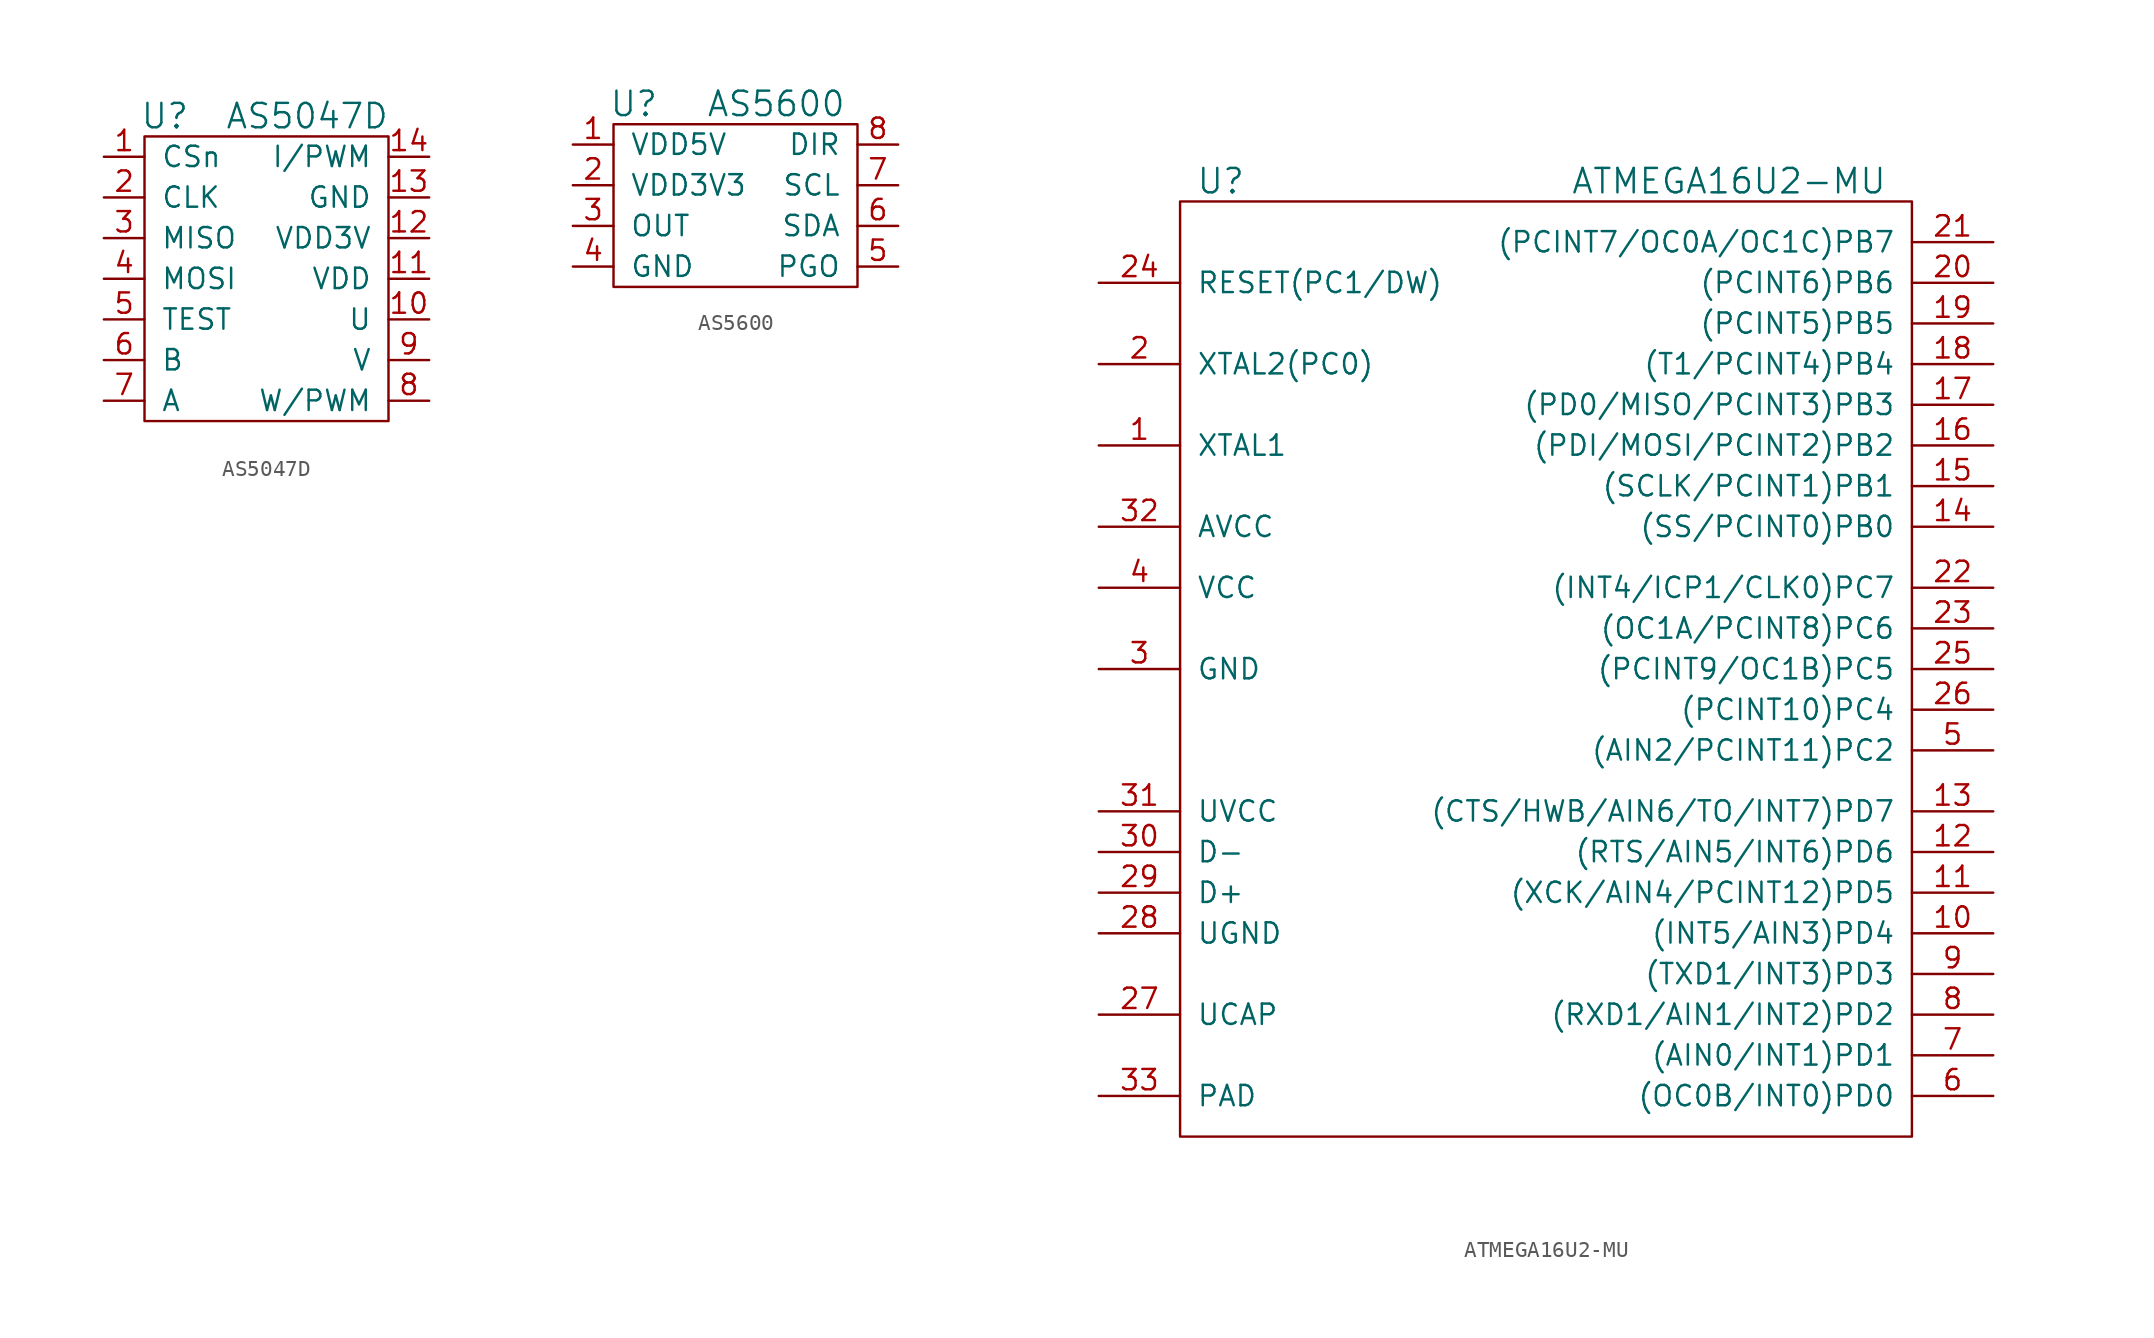
<source format=kicad_sym>
(kicad_symbol_lib
  (version 20220914)
  (generator kicad_symbol_editor)
  (symbol "AS5047D"
    (pin_names
      (offset 1.016))
    (property "Reference" "U"
      (at -6.35 10.16 0)
      (effects (font (size 1.524 1.524))))
    (property "Value" "AS5047D"
      (at 2.54 10.16 0)
      (effects (font (size 1.524 1.524))))
    (property "Footprint" ""
      (at 0 -1.27 0)
      (effects (font (size 1.524 1.524))))
    (property "Datasheet" ""
      (at 0 -1.27 0)
      (effects (font (size 1.524 1.524))))
    (symbol "AS5047D_0_1"
      (rectangle (start -7.62 8.89) (end 7.62 -8.89) (stroke (width 0) (type default)) (fill (type none))))
    (symbol "AS5047D_1_1"
      (pin input line (at -10.16 7.62 0) (length 2.54) (name "CSn" (effects (font (size 1.27 1.27)))) (number "1" (effects (font (size 1.27 1.27)))))
      (pin input line (at 10.16 -2.54 180) (length 2.54) (name "U" (effects (font (size 1.27 1.27)))) (number "10" (effects (font (size 1.27 1.27)))))
      (pin input line (at 10.16 0 180) (length 2.54) (name "VDD" (effects (font (size 1.27 1.27)))) (number "11" (effects (font (size 1.27 1.27)))))
      (pin input line (at 10.16 2.54 180) (length 2.54) (name "VDD3V" (effects (font (size 1.27 1.27)))) (number "12" (effects (font (size 1.27 1.27)))))
      (pin input line (at 10.16 5.08 180) (length 2.54) (name "GND" (effects (font (size 1.27 1.27)))) (number "13" (effects (font (size 1.27 1.27)))))
      (pin input line (at 10.16 7.62 180) (length 2.54) (name "I/PWM" (effects (font (size 1.27 1.27)))) (number "14" (effects (font (size 1.27 1.27)))))
      (pin input line (at -10.16 5.08 0) (length 2.54) (name "CLK" (effects (font (size 1.27 1.27)))) (number "2" (effects (font (size 1.27 1.27)))))
      (pin input line (at -10.16 2.54 0) (length 2.54) (name "MISO" (effects (font (size 1.27 1.27)))) (number "3" (effects (font (size 1.27 1.27)))))
      (pin input line (at -10.16 0 0) (length 2.54) (name "MOSI" (effects (font (size 1.27 1.27)))) (number "4" (effects (font (size 1.27 1.27)))))
      (pin input line (at -10.16 -2.54 0) (length 2.54) (name "TEST" (effects (font (size 1.27 1.27)))) (number "5" (effects (font (size 1.27 1.27)))))
      (pin input line (at -10.16 -5.08 0) (length 2.54) (name "B" (effects (font (size 1.27 1.27)))) (number "6" (effects (font (size 1.27 1.27)))))
      (pin input line (at -10.16 -7.62 0) (length 2.54) (name "A" (effects (font (size 1.27 1.27)))) (number "7" (effects (font (size 1.27 1.27)))))
      (pin input line (at 10.16 -7.62 180) (length 2.54) (name "W/PWM" (effects (font (size 1.27 1.27)))) (number "8" (effects (font (size 1.27 1.27)))))
      (pin input line (at 10.16 -5.08 180) (length 2.54) (name "V" (effects (font (size 1.27 1.27)))) (number "9" (effects (font (size 1.27 1.27)))))))
  (symbol "AS5600"
    (pin_names
      (offset 1.016))
    (property "Reference" "U"
      (at -6.35 6.35 0)
      (effects (font (size 1.524 1.524))))
    (property "Value" "AS5600"
      (at 2.54 6.35 0)
      (effects (font (size 1.524 1.524))))
    (property "Footprint" ""
      (at 0 0 0)
      (effects (font (size 1.524 1.524))))
    (property "Datasheet" ""
      (at 0 0 0)
      (effects (font (size 1.524 1.524))))
    (symbol "AS5600_0_0"
      (rectangle (start -7.62 5.08) (end 7.62 -5.08) (stroke (width 0) (type default)) (fill (type none))))
    (symbol "AS5600_1_1"
      (pin bidirectional line (at -10.16 3.81 0) (length 2.54) (name "VDD5V" (effects (font (size 1.27 1.27)))) (number "1" (effects (font (size 1.27 1.27)))))
      (pin bidirectional line (at -10.16 1.27 0) (length 2.54) (name "VDD3V3" (effects (font (size 1.27 1.27)))) (number "2" (effects (font (size 1.27 1.27)))))
      (pin bidirectional line (at -10.16 -1.27 0) (length 2.54) (name "OUT" (effects (font (size 1.27 1.27)))) (number "3" (effects (font (size 1.27 1.27)))))
      (pin bidirectional line (at -10.16 -3.81 0) (length 2.54) (name "GND" (effects (font (size 1.27 1.27)))) (number "4" (effects (font (size 1.27 1.27)))))
      (pin bidirectional line (at 10.16 -3.81 180) (length 2.54) (name "PGO" (effects (font (size 1.27 1.27)))) (number "5" (effects (font (size 1.27 1.27)))))
      (pin bidirectional line (at 10.16 -1.27 180) (length 2.54) (name "SDA" (effects (font (size 1.27 1.27)))) (number "6" (effects (font (size 1.27 1.27)))))
      (pin bidirectional line (at 10.16 1.27 180) (length 2.54) (name "SCL" (effects (font (size 1.27 1.27)))) (number "7" (effects (font (size 1.27 1.27)))))
      (pin bidirectional line (at 10.16 3.81 180) (length 2.54) (name "DIR" (effects (font (size 1.27 1.27)))) (number "8" (effects (font (size 1.27 1.27)))))))
  (symbol "ATMEGA16U2-MU"
    (pin_names
      (offset 1.016))
    (property "Reference" "U"
      (at -20.32 30.48 0)
      (effects (font (size 1.524 1.524))))
    (property "Value" "ATMEGA16U2-MU"
      (at 11.43 30.48 0)
      (effects (font (size 1.524 1.524))))
    (symbol "ATMEGA16U2-MU_0_1"
      (rectangle (start -22.86 29.21) (end 22.86 -29.21) (stroke (width 0) (type default)) (fill (type none))))
    (symbol "ATMEGA16U2-MU_1_1"
      (pin input line (at -27.94 13.97 0) (length 5.08) (name "XTAL1" (effects (font (size 1.27 1.27)))) (number "1" (effects (font (size 1.27 1.27)))))
      (pin input line (at 27.94 -16.51 180) (length 5.08) (name "(INT5/AIN3)PD4" (effects (font (size 1.27 1.27)))) (number "10" (effects (font (size 1.27 1.27)))))
      (pin input line (at 27.94 -13.97 180) (length 5.08) (name "(XCK/AIN4/PCINT12)PD5" (effects (font (size 1.27 1.27)))) (number "11" (effects (font (size 1.27 1.27)))))
      (pin input line (at 27.94 -11.43 180) (length 5.08) (name "(RTS/AIN5/INT6)PD6" (effects (font (size 1.27 1.27)))) (number "12" (effects (font (size 1.27 1.27)))))
      (pin input line (at 27.94 -8.89 180) (length 5.08) (name "(CTS/HWB/AIN6/TO/INT7)PD7" (effects (font (size 1.27 1.27)))) (number "13" (effects (font (size 1.27 1.27)))))
      (pin input line (at 27.94 8.89 180) (length 5.08) (name "(SS/PCINT0)PB0" (effects (font (size 1.27 1.27)))) (number "14" (effects (font (size 1.27 1.27)))))
      (pin input line (at 27.94 11.43 180) (length 5.08) (name "(SCLK/PCINT1)PB1" (effects (font (size 1.27 1.27)))) (number "15" (effects (font (size 1.27 1.27)))))
      (pin input line (at 27.94 13.97 180) (length 5.08) (name "(PDI/MOSI/PCINT2)PB2" (effects (font (size 1.27 1.27)))) (number "16" (effects (font (size 1.27 1.27)))))
      (pin input line (at 27.94 16.51 180) (length 5.08) (name "(PD0/MISO/PCINT3)PB3" (effects (font (size 1.27 1.27)))) (number "17" (effects (font (size 1.27 1.27)))))
      (pin input line (at 27.94 19.05 180) (length 5.08) (name "(T1/PCINT4)PB4" (effects (font (size 1.27 1.27)))) (number "18" (effects (font (size 1.27 1.27)))))
      (pin input line (at 27.94 21.59 180) (length 5.08) (name "(PCINT5)PB5" (effects (font (size 1.27 1.27)))) (number "19" (effects (font (size 1.27 1.27)))))
      (pin input line (at -27.94 19.05 0) (length 5.08) (name "XTAL2(PC0)" (effects (font (size 1.27 1.27)))) (number "2" (effects (font (size 1.27 1.27)))))
      (pin input line (at 27.94 24.13 180) (length 5.08) (name "(PCINT6)PB6" (effects (font (size 1.27 1.27)))) (number "20" (effects (font (size 1.27 1.27)))))
      (pin input line (at 27.94 26.67 180) (length 5.08) (name "(PCINT7/OC0A/OC1C)PB7" (effects (font (size 1.27 1.27)))) (number "21" (effects (font (size 1.27 1.27)))))
      (pin input line (at 27.94 5.08 180) (length 5.08) (name "(INT4/ICP1/CLK0)PC7" (effects (font (size 1.27 1.27)))) (number "22" (effects (font (size 1.27 1.27)))))
      (pin input line (at 27.94 2.54 180) (length 5.08) (name "(OC1A/PCINT8)PC6" (effects (font (size 1.27 1.27)))) (number "23" (effects (font (size 1.27 1.27)))))
      (pin input line (at -27.94 24.13 0) (length 5.08) (name "RESET(PC1/DW)" (effects (font (size 1.27 1.27)))) (number "24" (effects (font (size 1.27 1.27)))))
      (pin input line (at 27.94 0 180) (length 5.08) (name "(PCINT9/OC1B)PC5" (effects (font (size 1.27 1.27)))) (number "25" (effects (font (size 1.27 1.27)))))
      (pin input line (at 27.94 -2.54 180) (length 5.08) (name "(PCINT10)PC4" (effects (font (size 1.27 1.27)))) (number "26" (effects (font (size 1.27 1.27)))))
      (pin input line (at -27.94 -21.59 0) (length 5.08) (name "UCAP" (effects (font (size 1.27 1.27)))) (number "27" (effects (font (size 1.27 1.27)))))
      (pin input line (at -27.94 -16.51 0) (length 5.08) (name "UGND" (effects (font (size 1.27 1.27)))) (number "28" (effects (font (size 1.27 1.27)))))
      (pin input line (at -27.94 -13.97 0) (length 5.08) (name "D+" (effects (font (size 1.27 1.27)))) (number "29" (effects (font (size 1.27 1.27)))))
      (pin input line (at -27.94 0 0) (length 5.08) (name "GND" (effects (font (size 1.27 1.27)))) (number "3" (effects (font (size 1.27 1.27)))))
      (pin input line (at -27.94 -11.43 0) (length 5.08) (name "D-" (effects (font (size 1.27 1.27)))) (number "30" (effects (font (size 1.27 1.27)))))
      (pin input line (at -27.94 -8.89 0) (length 5.08) (name "UVCC" (effects (font (size 1.27 1.27)))) (number "31" (effects (font (size 1.27 1.27)))))
      (pin input line (at -27.94 8.89 0) (length 5.08) (name "AVCC" (effects (font (size 1.27 1.27)))) (number "32" (effects (font (size 1.27 1.27)))))
      (pin input line (at -27.94 -26.67 0) (length 5.08) (name "PAD" (effects (font (size 1.27 1.27)))) (number "33" (effects (font (size 1.27 1.27)))))
      (pin input line (at -27.94 5.08 0) (length 5.08) (name "VCC" (effects (font (size 1.27 1.27)))) (number "4" (effects (font (size 1.27 1.27)))))
      (pin input line (at 27.94 -5.08 180) (length 5.08) (name "(AIN2/PCINT11)PC2" (effects (font (size 1.27 1.27)))) (number "5" (effects (font (size 1.27 1.27)))))
      (pin input line (at 27.94 -26.67 180) (length 5.08) (name "(OC0B/INT0)PD0" (effects (font (size 1.27 1.27)))) (number "6" (effects (font (size 1.27 1.27)))))
      (pin input line (at 27.94 -24.13 180) (length 5.08) (name "(AIN0/INT1)PD1" (effects (font (size 1.27 1.27)))) (number "7" (effects (font (size 1.27 1.27)))))
      (pin input line (at 27.94 -21.59 180) (length 5.08) (name "(RXD1/AIN1/INT2)PD2" (effects (font (size 1.27 1.27)))) (number "8" (effects (font (size 1.27 1.27)))))
      (pin input line (at 27.94 -19.05 180) (length 5.08) (name "(TXD1/INT3)PD3" (effects (font (size 1.27 1.27)))) (number "9" (effects (font (size 1.27 1.27))))))))
</source>
